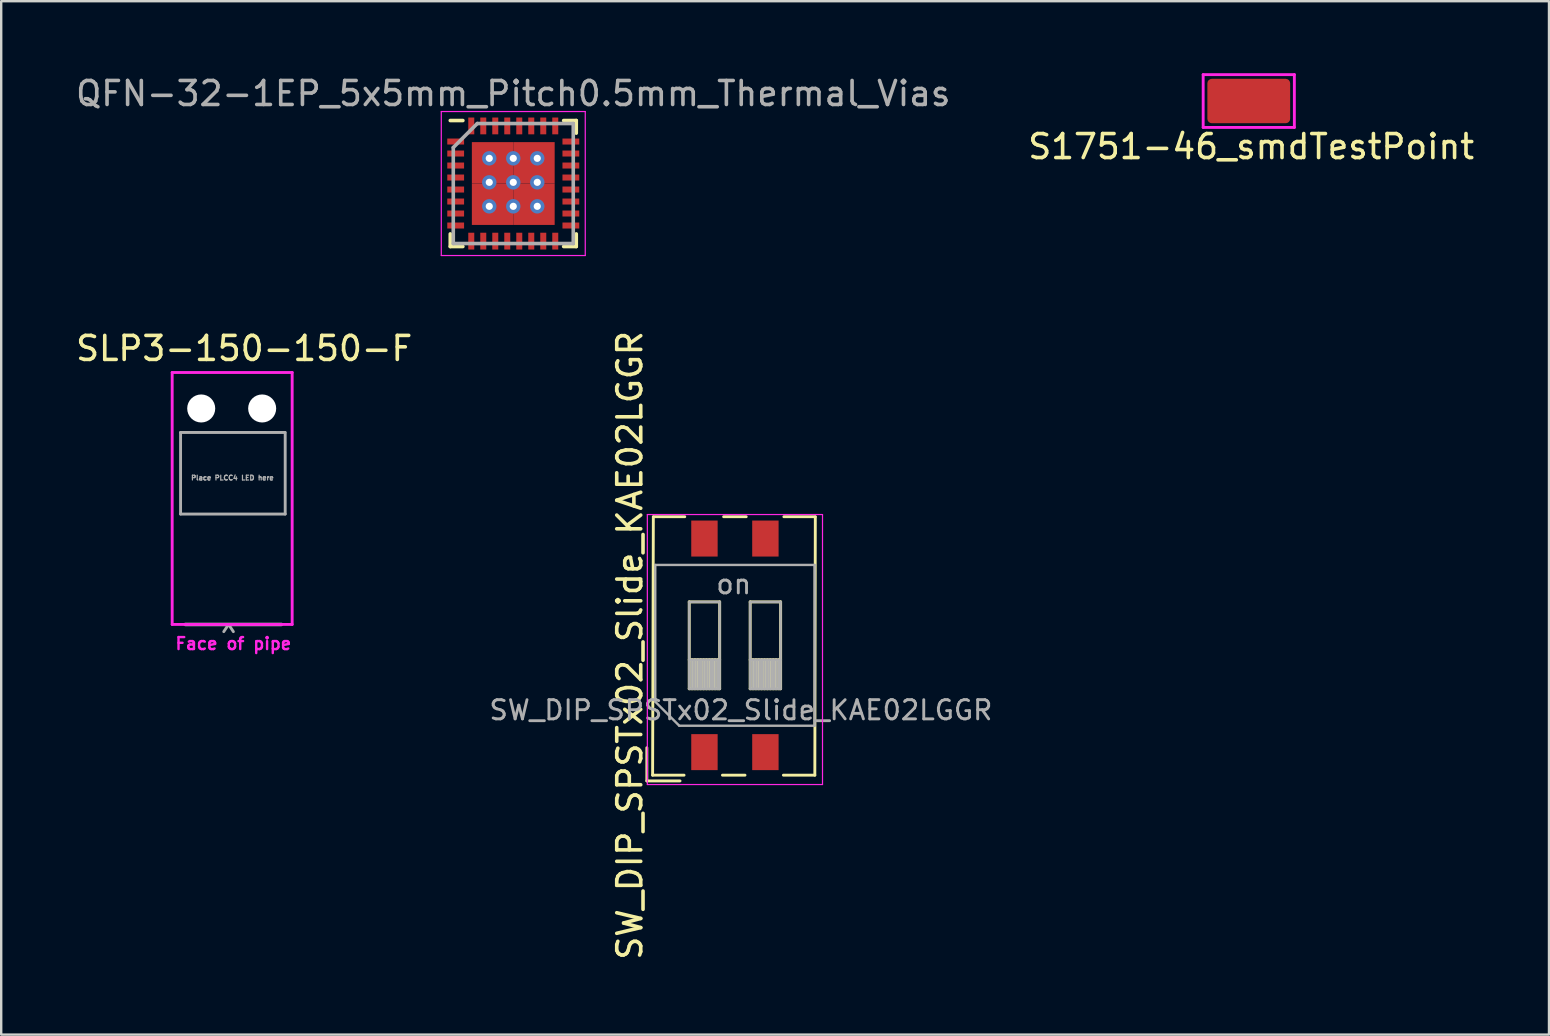
<source format=kicad_pcb>
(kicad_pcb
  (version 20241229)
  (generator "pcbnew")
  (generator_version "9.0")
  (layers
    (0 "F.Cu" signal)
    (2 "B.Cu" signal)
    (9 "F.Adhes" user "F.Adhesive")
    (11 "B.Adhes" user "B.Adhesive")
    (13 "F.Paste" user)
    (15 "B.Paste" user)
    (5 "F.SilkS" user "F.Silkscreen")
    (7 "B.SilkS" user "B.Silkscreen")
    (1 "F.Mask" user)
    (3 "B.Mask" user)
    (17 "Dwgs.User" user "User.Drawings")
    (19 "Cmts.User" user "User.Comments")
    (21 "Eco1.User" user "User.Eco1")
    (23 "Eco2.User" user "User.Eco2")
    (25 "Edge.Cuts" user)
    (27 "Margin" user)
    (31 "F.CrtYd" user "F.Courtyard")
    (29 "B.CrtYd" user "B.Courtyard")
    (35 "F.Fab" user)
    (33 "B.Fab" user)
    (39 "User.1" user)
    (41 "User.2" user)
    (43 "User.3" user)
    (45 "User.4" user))
  (footprint "QFN-32-1EP_5x5mm_Pitch0.5mm_Thermal_Vias"
    (layer "F.Cu")
    (at 18.339 4.598)
    (property "Reference" "QFN-32-1EP_5x5mm_Pitch0.5mm_Thermal_Vias" (at 0 -3.75 0) (layer "F.Fab") (effects (font (size 1 1) (thickness 0.15))))
    (attr smd)
    (fp_line (start -2.625 -2.625) (end -2.1 -2.625) (stroke (width 0.15) (type solid)) (layer "F.SilkS"))
    (fp_line (start -2.625 2.625) (end -2.625 2.1) (stroke (width 0.15) (type solid)) (layer "F.SilkS"))
    (fp_line (start -2.625 2.625) (end -2.1 2.625) (stroke (width 0.15) (type solid)) (layer "F.SilkS"))
    (fp_line (start 2.625 -2.625) (end 2.1 -2.625) (stroke (width 0.15) (type solid)) (layer "F.SilkS"))
    (fp_line (start 2.625 -2.625) (end 2.625 -2.1) (stroke (width 0.15) (type solid)) (layer "F.SilkS"))
    (fp_line (start 2.625 2.625) (end 2.1 2.625) (stroke (width 0.15) (type solid)) (layer "F.SilkS"))
    (fp_line (start 2.625 2.625) (end 2.625 2.1) (stroke (width 0.15) (type solid)) (layer "F.SilkS"))
    (fp_line (start -3 -3) (end -3 3) (stroke (width 0.05) (type solid)) (layer "F.CrtYd"))
    (fp_line (start -3 -3) (end 3 -3) (stroke (width 0.05) (type solid)) (layer "F.CrtYd"))
    (fp_line (start -3 3) (end 3 3) (stroke (width 0.05) (type solid)) (layer "F.CrtYd"))
    (fp_line (start 3 -3) (end 3 3) (stroke (width 0.05) (type solid)) (layer "F.CrtYd"))
    (fp_line (start -2.5 -1.5) (end -1.5 -2.5) (stroke (width 0.15) (type solid)) (layer "F.Fab"))
    (fp_line (start -2.5 2.5) (end -2.5 -1.5) (stroke (width 0.15) (type solid)) (layer "F.Fab"))
    (fp_line (start -1.5 -2.5) (end 2.5 -2.5) (stroke (width 0.15) (type solid)) (layer "F.Fab"))
    (fp_line (start 2.5 -2.5) (end 2.5 2.5) (stroke (width 0.15) (type solid)) (layer "F.Fab"))
    (fp_line (start 2.5 2.5) (end -2.5 2.5) (stroke (width 0.15) (type solid)) (layer "F.Fab"))
    (pad "1" smd rect (at -2.4 -1.75) (size 0.7 0.25) (layers "F.Cu" "F.Mask" "F.Paste"))
    (pad "2" smd rect (at -2.4 -1.25) (size 0.7 0.25) (layers "F.Cu" "F.Mask" "F.Paste"))
    (pad "3" smd rect (at -2.4 -0.75) (size 0.7 0.25) (layers "F.Cu" "F.Mask" "F.Paste"))
    (pad "4" smd rect (at -2.4 -0.25) (size 0.7 0.25) (layers "F.Cu" "F.Mask" "F.Paste"))
    (pad "5" smd rect (at -2.4 0.25) (size 0.7 0.25) (layers "F.Cu" "F.Mask" "F.Paste"))
    (pad "6" smd rect (at -2.4 0.75) (size 0.7 0.25) (layers "F.Cu" "F.Mask" "F.Paste"))
    (pad "7" smd rect (at -2.4 1.25) (size 0.7 0.25) (layers "F.Cu" "F.Mask" "F.Paste"))
    (pad "8" smd rect (at -2.4 1.75) (size 0.7 0.25) (layers "F.Cu" "F.Mask" "F.Paste"))
    (pad "9" smd rect (at -1.75 2.4 90) (size 0.7 0.25) (layers "F.Cu" "F.Mask" "F.Paste"))
    (pad "10" smd rect (at -1.25 2.4 90) (size 0.7 0.25) (layers "F.Cu" "F.Mask" "F.Paste"))
    (pad "11" smd rect (at -0.75 2.4 90) (size 0.7 0.25) (layers "F.Cu" "F.Mask" "F.Paste"))
    (pad "12" smd rect (at -0.25 2.4 90) (size 0.7 0.25) (layers "F.Cu" "F.Mask" "F.Paste"))
    (pad "13" smd rect (at 0.25 2.4 90) (size 0.7 0.25) (layers "F.Cu" "F.Mask" "F.Paste"))
    (pad "14" smd rect (at 0.75 2.4 90) (size 0.7 0.25) (layers "F.Cu" "F.Mask" "F.Paste"))
    (pad "15" smd rect (at 1.25 2.4 90) (size 0.7 0.25) (layers "F.Cu" "F.Mask" "F.Paste"))
    (pad "16" smd rect (at 1.75 2.4 90) (size 0.7 0.25) (layers "F.Cu" "F.Mask" "F.Paste"))
    (pad "17" smd rect (at 2.4 1.75) (size 0.7 0.25) (layers "F.Cu" "F.Mask" "F.Paste"))
    (pad "18" smd rect (at 2.4 1.25) (size 0.7 0.25) (layers "F.Cu" "F.Mask" "F.Paste"))
    (pad "19" smd rect (at 2.4 0.75) (size 0.7 0.25) (layers "F.Cu" "F.Mask" "F.Paste"))
    (pad "20" smd rect (at 2.4 0.25) (size 0.7 0.25) (layers "F.Cu" "F.Mask" "F.Paste"))
    (pad "21" smd rect (at 2.4 -0.25) (size 0.7 0.25) (layers "F.Cu" "F.Mask" "F.Paste"))
    (pad "22" smd rect (at 2.4 -0.75) (size 0.7 0.25) (layers "F.Cu" "F.Mask" "F.Paste"))
    (pad "23" smd rect (at 2.4 -1.25) (size 0.7 0.25) (layers "F.Cu" "F.Mask" "F.Paste"))
    (pad "24" smd rect (at 2.4 -1.75) (size 0.7 0.25) (layers "F.Cu" "F.Mask" "F.Paste"))
    (pad "25" smd rect (at 1.75 -2.4 90) (size 0.7 0.25) (layers "F.Cu" "F.Mask" "F.Paste"))
    (pad "26" smd rect (at 1.25 -2.4 90) (size 0.7 0.25) (layers "F.Cu" "F.Mask" "F.Paste"))
    (pad "27" smd rect (at 0.75 -2.4 90) (size 0.7 0.25) (layers "F.Cu" "F.Mask" "F.Paste"))
    (pad "28" smd rect (at 0.25 -2.4 90) (size 0.7 0.25) (layers "F.Cu" "F.Mask" "F.Paste"))
    (pad "29" smd rect (at -0.25 -2.4 90) (size 0.7 0.25) (layers "F.Cu" "F.Mask" "F.Paste"))
    (pad "30" smd rect (at -0.75 -2.4 90) (size 0.7 0.25) (layers "F.Cu" "F.Mask" "F.Paste"))
    (pad "31" smd rect (at -1.25 -2.4 90) (size 0.7 0.25) (layers "F.Cu" "F.Mask" "F.Paste"))
    (pad "32" smd rect (at -1.75 -2.4 90) (size 0.7 0.25) (layers "F.Cu" "F.Mask" "F.Paste"))
    (pad "33" thru_hole circle (at -1 -1.05) (size 0.6 0.6) (drill 0.3) (layers "*.Cu"))
    (pad "33" thru_hole circle (at -1 -0.05) (size 0.6 0.6) (drill 0.3) (layers "*.Cu"))
    (pad "33" thru_hole circle (at -1 0.95) (size 0.6 0.6) (drill 0.3) (layers "*.Cu"))
    (pad "33" smd rect (at -0.863 -0.863) (size 1.725 1.725) (layers "F.Cu" "F.Mask" "F.Paste"))
    (pad "33" smd rect (at -0.863 0.863) (size 1.725 1.725) (layers "F.Cu" "F.Mask" "F.Paste"))
    (pad "33" thru_hole circle (at 0 -1.05) (size 0.6 0.6) (drill 0.3) (layers "*.Cu"))
    (pad "33" thru_hole circle (at 0 -0.05) (size 0.6 0.6) (drill 0.3) (layers "*.Cu"))
    (pad "33" thru_hole circle (at 0 0.95) (size 0.6 0.6) (drill 0.3) (layers "*.Cu"))
    (pad "33" smd rect (at 0.863 -0.863) (size 1.725 1.725) (layers "F.Cu" "F.Mask" "F.Paste"))
    (pad "33" smd rect (at 0.863 0.863) (size 1.725 1.725) (layers "F.Cu" "F.Mask" "F.Paste"))
    (pad "33" thru_hole circle (at 1 -1.05) (size 0.6 0.6) (drill 0.3) (layers "*.Cu"))
    (pad "33" thru_hole circle (at 1 -0.05) (size 0.6 0.6) (drill 0.3) (layers "*.Cu"))
    (pad "33" thru_hole circle (at 1 0.95) (size 0.6 0.6) (drill 0.3) (layers "*.Cu")))
  (footprint "SW_DIP_SPSTx02_Slide_KAE02LGGR"
    (layer "F.Cu")
    (at 27.576 23.843)
    (property "Reference" "SW_DIP_SPSTx02_Slide_KAE02LGGR" (at -4.38 0 90) (layer "F.SilkS") (effects (font (size 1 1) (thickness 0.15))))
    (attr smd)
    (fp_line (start -3.67 5.65) (end -3.67 4.267) (stroke (width 0.12) (type solid)) (layer "F.SilkS"))
    (fp_line (start -3.67 5.65) (end -2.287 5.65) (stroke (width 0.12) (type solid)) (layer "F.SilkS"))
    (fp_line (start -3.43 5.41) (end -3.4 -5.35) (stroke (width 0.12) (type solid)) (layer "F.SilkS"))
    (fp_line (start -3.43 5.41) (end -2.12 5.41) (stroke (width 0.12) (type solid)) (layer "F.SilkS"))
    (fp_line (start -3.4 -5.36) (end -2.09 -5.36) (stroke (width 0.12) (type solid)) (layer "F.SilkS"))
    (fp_line (start -1.905 -1.81) (end -1.905 1.81) (stroke (width 0.12) (type solid)) (layer "F.SilkS"))
    (fp_line (start -1.905 0.603) (end -0.635 0.603) (stroke (width 0.12) (type solid)) (layer "F.SilkS"))
    (fp_line (start -1.905 1.81) (end -0.635 1.81) (stroke (width 0.12) (type solid)) (layer "F.SilkS"))
    (fp_line (start -1.785 1.81) (end -1.785 0.603) (stroke (width 0.12) (type solid)) (layer "F.SilkS"))
    (fp_line (start -1.665 1.81) (end -1.665 0.603) (stroke (width 0.12) (type solid)) (layer "F.SilkS"))
    (fp_line (start -1.545 1.81) (end -1.545 0.603) (stroke (width 0.12) (type solid)) (layer "F.SilkS"))
    (fp_line (start -1.425 1.81) (end -1.425 0.603) (stroke (width 0.12) (type solid)) (layer "F.SilkS"))
    (fp_line (start -1.305 1.81) (end -1.305 0.603) (stroke (width 0.12) (type solid)) (layer "F.SilkS"))
    (fp_line (start -1.185 1.81) (end -1.185 0.603) (stroke (width 0.12) (type solid)) (layer "F.SilkS"))
    (fp_line (start -1.065 1.81) (end -1.065 0.603) (stroke (width 0.12) (type solid)) (layer "F.SilkS"))
    (fp_line (start -0.945 1.81) (end -0.945 0.603) (stroke (width 0.12) (type solid)) (layer "F.SilkS"))
    (fp_line (start -0.825 1.81) (end -0.825 0.603) (stroke (width 0.12) (type solid)) (layer "F.SilkS"))
    (fp_line (start -0.705 1.81) (end -0.705 0.603) (stroke (width 0.12) (type solid)) (layer "F.SilkS"))
    (fp_line (start -0.635 -1.81) (end -1.905 -1.81) (stroke (width 0.12) (type solid)) (layer "F.SilkS"))
    (fp_line (start -0.635 1.81) (end -0.635 -1.81) (stroke (width 0.12) (type solid)) (layer "F.SilkS"))
    (fp_line (start -0.52 5.41) (end 0.42 5.41) (stroke (width 0.12) (type solid)) (layer "F.SilkS"))
    (fp_line (start -0.47 -5.36) (end 0.47 -5.36) (stroke (width 0.12) (type solid)) (layer "F.SilkS"))
    (fp_line (start 0.635 -1.81) (end 0.635 1.81) (stroke (width 0.12) (type solid)) (layer "F.SilkS"))
    (fp_line (start 0.635 0.603) (end 1.905 0.603) (stroke (width 0.12) (type solid)) (layer "F.SilkS"))
    (fp_line (start 0.635 1.81) (end 1.905 1.81) (stroke (width 0.12) (type solid)) (layer "F.SilkS"))
    (fp_line (start 0.755 1.81) (end 0.755 0.603) (stroke (width 0.12) (type solid)) (layer "F.SilkS"))
    (fp_line (start 0.875 1.81) (end 0.875 0.603) (stroke (width 0.12) (type solid)) (layer "F.SilkS"))
    (fp_line (start 0.995 1.81) (end 0.995 0.603) (stroke (width 0.12) (type solid)) (layer "F.SilkS"))
    (fp_line (start 1.115 1.81) (end 1.115 0.603) (stroke (width 0.12) (type solid)) (layer "F.SilkS"))
    (fp_line (start 1.235 1.81) (end 1.235 0.603) (stroke (width 0.12) (type solid)) (layer "F.SilkS"))
    (fp_line (start 1.355 1.81) (end 1.355 0.603) (stroke (width 0.12) (type solid)) (layer "F.SilkS"))
    (fp_line (start 1.475 1.81) (end 1.475 0.603) (stroke (width 0.12) (type solid)) (layer "F.SilkS"))
    (fp_line (start 1.595 1.81) (end 1.595 0.603) (stroke (width 0.12) (type solid)) (layer "F.SilkS"))
    (fp_line (start 1.715 1.81) (end 1.715 0.603) (stroke (width 0.12) (type solid)) (layer "F.SilkS"))
    (fp_line (start 1.835 1.81) (end 1.835 0.603) (stroke (width 0.12) (type solid)) (layer "F.SilkS"))
    (fp_line (start 1.905 -1.81) (end 0.635 -1.81) (stroke (width 0.12) (type solid)) (layer "F.SilkS"))
    (fp_line (start 1.905 1.81) (end 1.905 -1.81) (stroke (width 0.12) (type solid)) (layer "F.SilkS"))
    (fp_line (start 2.02 5.41) (end 3.33 5.41) (stroke (width 0.12) (type solid)) (layer "F.SilkS"))
    (fp_line (start 2.04 -5.36) (end 3.35 -5.36) (stroke (width 0.12) (type solid)) (layer "F.SilkS"))
    (fp_line (start 3.33 5.41) (end 3.35 -5.35) (stroke (width 0.12) (type solid)) (layer "F.SilkS"))
    (fp_line (start -3.65 -5.45) (end -3.65 5.8) (stroke (width 0.05) (type solid)) (layer "F.CrtYd"))
    (fp_line (start -3.65 5.8) (end 3.65 5.8) (stroke (width 0.05) (type solid)) (layer "F.CrtYd"))
    (fp_line (start 3.65 -5.45) (end -3.65 -5.45) (stroke (width 0.05) (type solid)) (layer "F.CrtYd"))
    (fp_line (start 3.65 5.8) (end 3.65 -5.45) (stroke (width 0.05) (type solid)) (layer "F.CrtYd"))
    (fp_line (start -3.32 -3.35) (end 3.32 -3.35) (stroke (width 0.1) (type solid)) (layer "F.Fab"))
    (fp_line (start -3.32 2.35) (end -3.32 -3.35) (stroke (width 0.1) (type solid)) (layer "F.Fab"))
    (fp_line (start -2.32 3.35) (end -3.32 2.35) (stroke (width 0.1) (type solid)) (layer "F.Fab"))
    (fp_line (start -1.905 -1.81) (end -1.905 1.81) (stroke (width 0.1) (type solid)) (layer "F.Fab"))
    (fp_line (start -1.905 0.603) (end -0.635 0.603) (stroke (width 0.1) (type solid)) (layer "F.Fab"))
    (fp_line (start -1.905 1.81) (end -0.635 1.81) (stroke (width 0.1) (type solid)) (layer "F.Fab"))
    (fp_line (start -1.805 1.81) (end -1.805 0.603) (stroke (width 0.1) (type solid)) (layer "F.Fab"))
    (fp_line (start -1.705 1.81) (end -1.705 0.603) (stroke (width 0.1) (type solid)) (layer "F.Fab"))
    (fp_line (start -1.605 1.81) (end -1.605 0.603) (stroke (width 0.1) (type solid)) (layer "F.Fab"))
    (fp_line (start -1.505 1.81) (end -1.505 0.603) (stroke (width 0.1) (type solid)) (layer "F.Fab"))
    (fp_line (start -1.405 1.81) (end -1.405 0.603) (stroke (width 0.1) (type solid)) (layer "F.Fab"))
    (fp_line (start -1.305 1.81) (end -1.305 0.603) (stroke (width 0.1) (type solid)) (layer "F.Fab"))
    (fp_line (start -1.205 1.81) (end -1.205 0.603) (stroke (width 0.1) (type solid)) (layer "F.Fab"))
    (fp_line (start -1.105 1.81) (end -1.105 0.603) (stroke (width 0.1) (type solid)) (layer "F.Fab"))
    (fp_line (start -1.005 1.81) (end -1.005 0.603) (stroke (width 0.1) (type solid)) (layer "F.Fab"))
    (fp_line (start -0.905 1.81) (end -0.905 0.603) (stroke (width 0.1) (type solid)) (layer "F.Fab"))
    (fp_line (start -0.805 1.81) (end -0.805 0.603) (stroke (width 0.1) (type solid)) (layer "F.Fab"))
    (fp_line (start -0.705 1.81) (end -0.705 0.603) (stroke (width 0.1) (type solid)) (layer "F.Fab"))
    (fp_line (start -0.635 -1.81) (end -1.905 -1.81) (stroke (width 0.1) (type solid)) (layer "F.Fab"))
    (fp_line (start -0.635 1.81) (end -0.635 -1.81) (stroke (width 0.1) (type solid)) (layer "F.Fab"))
    (fp_line (start 0.635 -1.81) (end 0.635 1.81) (stroke (width 0.1) (type solid)) (layer "F.Fab"))
    (fp_line (start 0.635 0.603) (end 1.905 0.603) (stroke (width 0.1) (type solid)) (layer "F.Fab"))
    (fp_line (start 0.635 1.81) (end 1.905 1.81) (stroke (width 0.1) (type solid)) (layer "F.Fab"))
    (fp_line (start 0.735 1.81) (end 0.735 0.603) (stroke (width 0.1) (type solid)) (layer "F.Fab"))
    (fp_line (start 0.835 1.81) (end 0.835 0.603) (stroke (width 0.1) (type solid)) (layer "F.Fab"))
    (fp_line (start 0.935 1.81) (end 0.935 0.603) (stroke (width 0.1) (type solid)) (layer "F.Fab"))
    (fp_line (start 1.035 1.81) (end 1.035 0.603) (stroke (width 0.1) (type solid)) (layer "F.Fab"))
    (fp_line (start 1.135 1.81) (end 1.135 0.603) (stroke (width 0.1) (type solid)) (layer "F.Fab"))
    (fp_line (start 1.235 1.81) (end 1.235 0.603) (stroke (width 0.1) (type solid)) (layer "F.Fab"))
    (fp_line (start 1.335 1.81) (end 1.335 0.603) (stroke (width 0.1) (type solid)) (layer "F.Fab"))
    (fp_line (start 1.435 1.81) (end 1.435 0.603) (stroke (width 0.1) (type solid)) (layer "F.Fab"))
    (fp_line (start 1.535 1.81) (end 1.535 0.603) (stroke (width 0.1) (type solid)) (layer "F.Fab"))
    (fp_line (start 1.635 1.81) (end 1.635 0.603) (stroke (width 0.1) (type solid)) (layer "F.Fab"))
    (fp_line (start 1.735 1.81) (end 1.735 0.603) (stroke (width 0.1) (type solid)) (layer "F.Fab"))
    (fp_line (start 1.835 1.81) (end 1.835 0.603) (stroke (width 0.1) (type solid)) (layer "F.Fab"))
    (fp_line (start 1.905 -1.81) (end 0.635 -1.81) (stroke (width 0.1) (type solid)) (layer "F.Fab"))
    (fp_line (start 1.905 1.81) (end 1.905 -1.81) (stroke (width 0.1) (type solid)) (layer "F.Fab"))
    (fp_line (start 3.32 -3.35) (end 3.32 3.35) (stroke (width 0.1) (type solid)) (layer "F.Fab"))
    (fp_line (start 3.32 3.35) (end -2.32 3.35) (stroke (width 0.1) (type solid)) (layer "F.Fab"))
    (fp_text user "${REFERENCE}" (at 0.25 2.7 180) (layer "F.Fab") (effects (font (size 0.8 0.8) (thickness 0.12))))
    (fp_text user "on" (at -0.05 -2.55 180) (layer "F.Fab") (effects (font (size 0.8 0.8) (thickness 0.12))))
    (pad "1" smd rect (at -1.27 4.45) (size 1.1 1.5) (layers "F.Cu" "F.Mask"))
    (pad "2" smd rect (at 1.27 4.45) (size 1.1 1.5) (layers "F.Cu" "F.Mask"))
    (pad "3" smd rect (at 1.27 -4.45) (size 1.1 1.5) (layers "F.Cu" "F.Mask"))
    (pad "4" smd rect (at -1.27 -4.45) (size 1.1 1.5) (layers "F.Cu" "F.Mask")))
  (footprint "SLP3-150-150-F"
    (layer "F.Cu")
    (at 7.875 11.472)
    (property "Reference" "SLP3-150-150-F" (at -0.75 0 0) (layer "F.SilkS") (effects (font (size 1 1) (thickness 0.15))))
    (attr through_hole)
    (fp_line (start -3.75 1) (end -3.75 11.5) (stroke (width 0.12) (type solid)) (layer "F.CrtYd"))
    (fp_line (start -3.75 1) (end 1.25 1) (stroke (width 0.12) (type solid)) (layer "F.CrtYd"))
    (fp_line (start 1.25 1) (end 1.25 11.5) (stroke (width 0.12) (type solid)) (layer "F.CrtYd"))
    (fp_line (start 1.25 11.5) (end -3.75 11.5) (stroke (width 0.12) (type solid)) (layer "F.CrtYd"))
    (fp_line (start -3.4 3.5) (end 0.95 3.5) (stroke (width 0.12) (type solid)) (layer "F.Fab"))
    (fp_line (start -3.4 6.9) (end -3.4 3.5) (stroke (width 0.12) (type solid)) (layer "F.Fab"))
    (fp_line (start -3.4 6.9) (end 0.96 6.9) (stroke (width 0.12) (type solid)) (layer "F.Fab"))
    (fp_line (start -1.4 11.5) (end -1.6 11.8) (stroke (width 0.12) (type solid)) (layer "F.Fab"))
    (fp_line (start -1.4 11.5) (end -1.2 11.8) (stroke (width 0.12) (type solid)) (layer "F.Fab"))
    (fp_line (start 0.8 11.5) (end -3.2 11.5) (stroke (width 0.15) (type solid)) (layer "F.Fab"))
    (fp_line (start 0.96 3.5) (end 0.96 6.9) (stroke (width 0.12) (type solid)) (layer "F.Fab"))
    (fp_text user "Face of pipe" (at -1.2 12.3 0) (layer "F.CrtYd") (effects (font (size 0.5 0.5) (thickness 0.1))))
    (fp_text user "Place PLCC4 LED here" (at -1.24 5.39 0) (layer "F.Fab") (effects (font (size 0.2 0.2) (thickness 0.05))))
    (pad "" np_thru_hole circle (at -2.54 2.5) (size 1.168 1.168) (drill 1.168) (layers "*.Cu" "*.Mask"))
    (pad "" np_thru_hole circle (at 0 2.5) (size 1.168 1.168) (drill 1.168) (layers "*.Cu" "*.Mask")))
  (footprint "S1751-46_smdTestPoint"
    (layer "F.Cu")
    (at 48.989 1.16)
    (property "Reference" "S1751-46_smdTestPoint" (at 0.1 1.9 0) (layer "F.SilkS") (effects (font (size 1 1) (thickness 0.15))))
    (attr through_hole)
    (fp_line (start -1.9 -1.1) (end -1.9 1.1) (stroke (width 0.12) (type solid)) (layer "F.CrtYd"))
    (fp_line (start -1.9 1.1) (end 1.9 1.1) (stroke (width 0.12) (type solid)) (layer "F.CrtYd"))
    (fp_line (start 1.9 -1.1) (end -1.9 -1.1) (stroke (width 0.12) (type solid)) (layer "F.CrtYd"))
    (fp_line (start 1.9 1.1) (end 1.9 -1.1) (stroke (width 0.12) (type solid)) (layer "F.CrtYd"))
    (pad "1" smd roundrect (at 0 0) (size 3.45 1.85) (layers "F.Cu" "F.Mask" "F.Paste") (roundrect_rratio 0.1)))
  (gr_rect
    (start -3 -3)
    (end 61.5 40.064)
    (stroke (width 0.1) (type default))
    (fill no)
    (layer "Edge.Cuts")))
</source>
